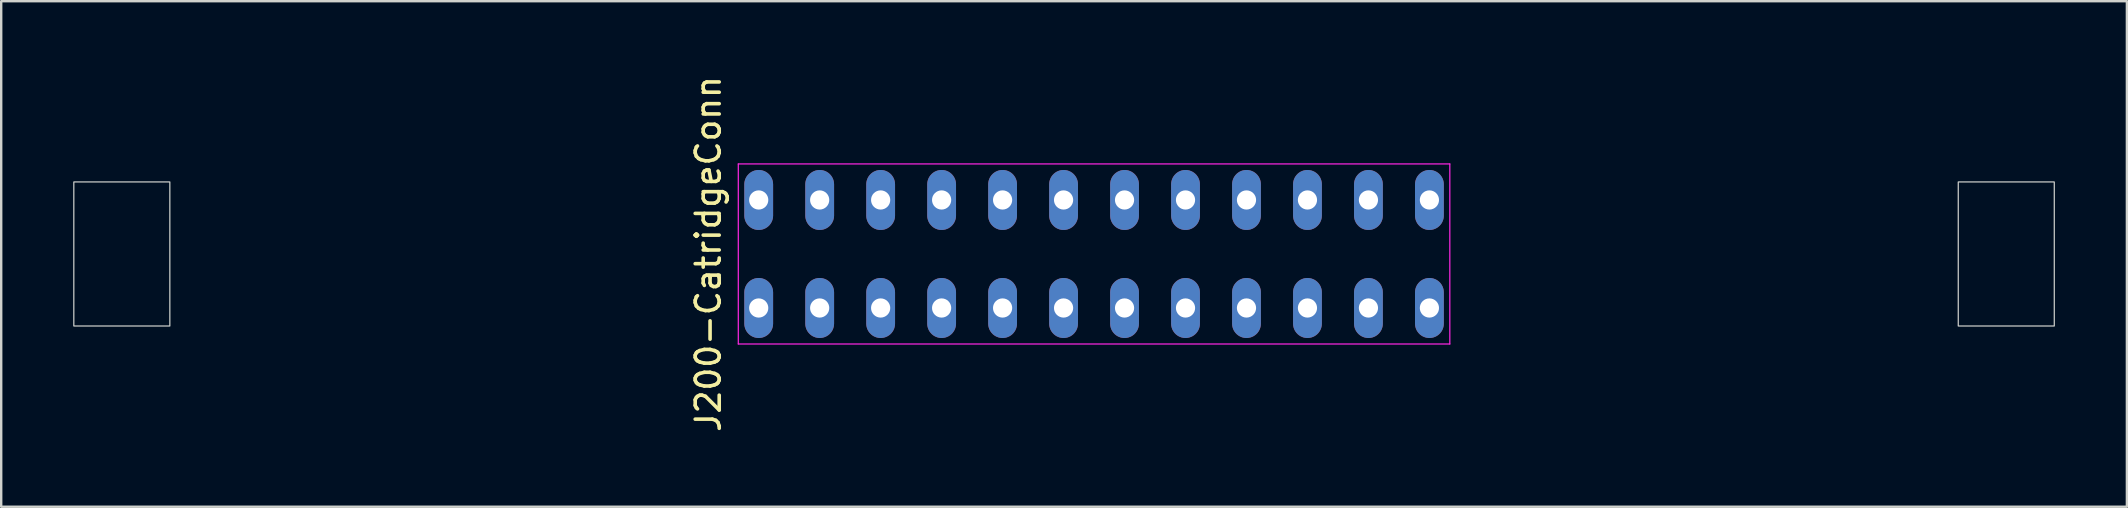
<source format=kicad_pcb>
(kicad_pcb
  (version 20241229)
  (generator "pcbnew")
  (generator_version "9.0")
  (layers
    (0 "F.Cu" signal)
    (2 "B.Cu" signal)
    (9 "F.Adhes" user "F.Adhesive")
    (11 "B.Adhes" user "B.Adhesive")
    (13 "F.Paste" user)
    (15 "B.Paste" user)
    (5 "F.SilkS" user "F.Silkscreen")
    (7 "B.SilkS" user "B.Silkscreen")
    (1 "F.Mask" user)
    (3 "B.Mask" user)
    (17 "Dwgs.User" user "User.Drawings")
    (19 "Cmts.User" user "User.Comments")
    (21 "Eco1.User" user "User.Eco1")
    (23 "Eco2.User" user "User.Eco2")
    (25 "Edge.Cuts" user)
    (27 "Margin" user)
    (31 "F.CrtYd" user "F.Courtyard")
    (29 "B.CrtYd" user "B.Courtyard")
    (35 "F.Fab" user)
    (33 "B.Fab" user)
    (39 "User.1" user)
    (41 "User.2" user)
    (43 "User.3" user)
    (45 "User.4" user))
  (footprint "J200-CatridgeConn"
    (layer "F.Cu")
    (at 42.525 7.53)
    (property "Reference" "J200-CatridgeConn" (at -16.07 0 90) (unlocked yes) (layer "F.SilkS") (effects (font (size 1 1) (thickness 0.15))))
    (attr through_hole)
    (fp_rect (start -42.5 -3) (end -38.5 3) (stroke (width 0.05) (type default)) (fill no) (layer "Edge.Cuts"))
    (fp_rect (start 36 -3) (end 40 3) (stroke (width 0.05) (type default)) (fill no) (layer "Edge.Cuts"))
    (fp_line (start -14.82 -3.75) (end 14.82 -3.75) (stroke (width 0.05) (type default)) (layer "F.CrtYd"))
    (fp_line (start -14.82 3.75) (end -14.82 -3.75) (stroke (width 0.05) (type default)) (layer "F.CrtYd"))
    (fp_line (start 14.82 -3.75) (end 14.82 3.75) (stroke (width 0.05) (type default)) (layer "F.CrtYd"))
    (fp_line (start 14.82 3.75) (end -14.82 3.75) (stroke (width 0.05) (type default)) (layer "F.CrtYd"))
    (pad "1" thru_hole oval (at -13.97 2.25) (size 1.2 2.5) (drill 0.8) (layers "*.Cu" "*.Mask"))
    (pad "2" thru_hole oval (at -11.43 2.25) (size 1.2 2.5) (drill 0.8) (layers "*.Cu" "*.Mask"))
    (pad "3" thru_hole oval (at -8.89 2.25) (size 1.2 2.5) (drill 0.8) (layers "*.Cu" "*.Mask"))
    (pad "4" thru_hole oval (at -6.35 2.25) (size 1.2 2.5) (drill 0.8) (layers "*.Cu" "*.Mask"))
    (pad "5" thru_hole oval (at -3.81 2.25) (size 1.2 2.5) (drill 0.8) (layers "*.Cu" "*.Mask"))
    (pad "6" thru_hole oval (at -1.27 2.25) (size 1.2 2.5) (drill 0.8) (layers "*.Cu" "*.Mask"))
    (pad "7" thru_hole oval (at 1.27 2.25) (size 1.2 2.5) (drill 0.8) (layers "*.Cu" "*.Mask"))
    (pad "8" thru_hole oval (at 3.81 2.25) (size 1.2 2.5) (drill 0.8) (layers "*.Cu" "*.Mask"))
    (pad "9" thru_hole oval (at 6.35 2.25) (size 1.2 2.5) (drill 0.8) (layers "*.Cu" "*.Mask"))
    (pad "10" thru_hole oval (at 8.89 2.25) (size 1.2 2.5) (drill 0.8) (layers "*.Cu" "*.Mask"))
    (pad "11" thru_hole oval (at 11.43 2.25) (size 1.2 2.5) (drill 0.8) (layers "*.Cu" "*.Mask"))
    (pad "12" thru_hole oval (at 13.97 2.25) (size 1.2 2.5) (drill 0.8) (layers "*.Cu" "*.Mask"))
    (pad "13" thru_hole oval (at 13.97 -2.25) (size 1.2 2.5) (drill 0.8) (layers "*.Cu" "*.Mask"))
    (pad "14" thru_hole oval (at 11.43 -2.25) (size 1.2 2.5) (drill 0.8) (layers "*.Cu" "*.Mask"))
    (pad "15" thru_hole oval (at 8.89 -2.25) (size 1.2 2.5) (drill 0.8) (layers "*.Cu" "*.Mask"))
    (pad "16" thru_hole oval (at 6.35 -2.25) (size 1.2 2.5) (drill 0.8) (layers "*.Cu" "*.Mask"))
    (pad "17" thru_hole oval (at 3.81 -2.25) (size 1.2 2.5) (drill 0.8) (layers "*.Cu" "*.Mask"))
    (pad "18" thru_hole oval (at 1.27 -2.25) (size 1.2 2.5) (drill 0.8) (layers "*.Cu" "*.Mask"))
    (pad "19" thru_hole oval (at -1.27 -2.25) (size 1.2 2.5) (drill 0.8) (layers "*.Cu" "*.Mask"))
    (pad "20" thru_hole oval (at -3.81 -2.25) (size 1.2 2.5) (drill 0.8) (layers "*.Cu" "*.Mask"))
    (pad "21" thru_hole oval (at -6.35 -2.25) (size 1.2 2.5) (drill 0.8) (layers "*.Cu" "*.Mask"))
    (pad "22" thru_hole oval (at -8.89 -2.25) (size 1.2 2.5) (drill 0.8) (layers "*.Cu" "*.Mask"))
    (pad "23" thru_hole oval (at -11.43 -2.25) (size 1.2 2.5) (drill 0.8) (layers "*.Cu" "*.Mask"))
    (pad "24" thru_hole oval (at -13.97 -2.25) (size 1.2 2.5) (drill 0.8) (layers "*.Cu" "*.Mask")))
  (gr_rect
    (start -3 -3)
    (end 85.55 18.06)
    (stroke (width 0.1) (type default))
    (fill no)
    (layer "Edge.Cuts")))
</source>
